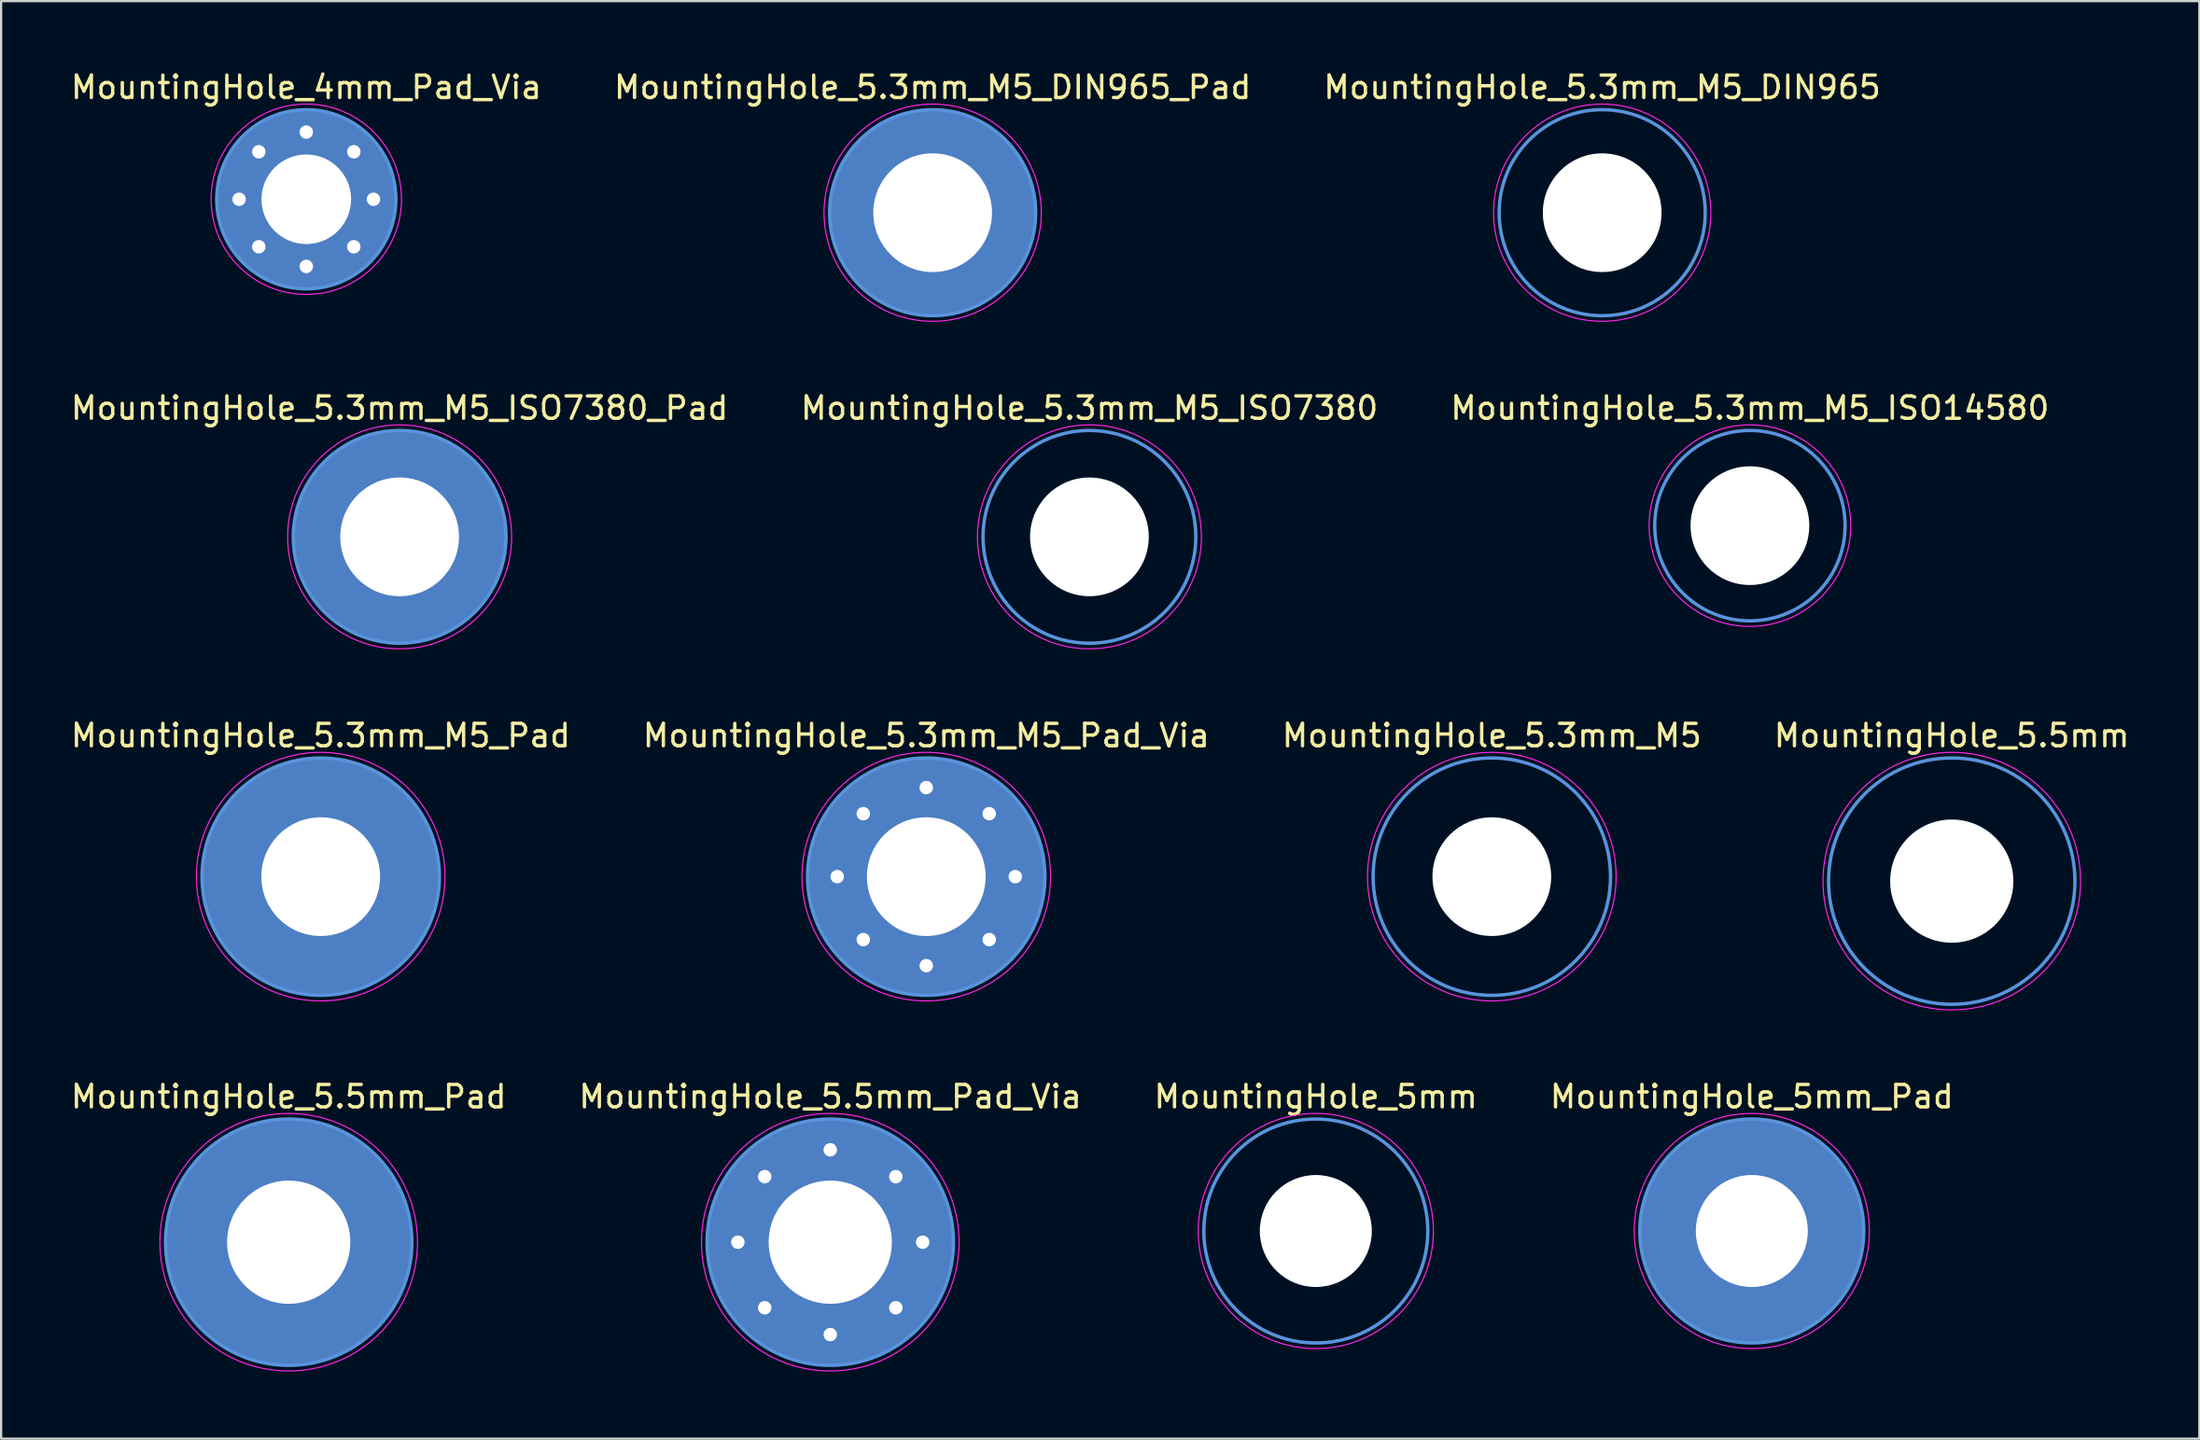
<source format=kicad_pcb>
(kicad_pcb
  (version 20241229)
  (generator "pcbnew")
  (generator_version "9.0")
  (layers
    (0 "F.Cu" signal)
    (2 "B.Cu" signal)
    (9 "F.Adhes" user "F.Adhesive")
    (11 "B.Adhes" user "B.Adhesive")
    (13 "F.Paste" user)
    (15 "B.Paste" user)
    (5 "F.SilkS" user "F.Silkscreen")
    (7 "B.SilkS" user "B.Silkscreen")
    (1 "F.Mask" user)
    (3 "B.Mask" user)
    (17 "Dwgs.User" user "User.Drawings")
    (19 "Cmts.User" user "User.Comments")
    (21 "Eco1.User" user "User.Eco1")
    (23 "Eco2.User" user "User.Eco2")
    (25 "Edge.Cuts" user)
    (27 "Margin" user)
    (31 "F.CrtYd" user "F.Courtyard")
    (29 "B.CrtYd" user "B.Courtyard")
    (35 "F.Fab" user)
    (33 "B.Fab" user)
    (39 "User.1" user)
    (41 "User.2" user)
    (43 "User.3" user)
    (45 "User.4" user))
  (footprint "MountingHole_5.3mm_M5_DIN965_Pad"
    (layer "F.Cu")
    (at 38.589 6.448)
    (property "Reference" "MountingHole_5.3mm_M5_DIN965_Pad" (at 0 -5.6 0) (layer "F.SilkS") (effects (font (size 1 1) (thickness 0.15))))
    (attr through_hole)
    (fp_circle (center 0 0) (end 4.6 0) (stroke (width 0.15) (type solid)) (fill no) (layer "Cmts.User"))
    (fp_circle (center 0 0) (end 4.85 0) (stroke (width 0.05) (type solid)) (fill no) (layer "F.CrtYd"))
    (pad "1" thru_hole circle (at 0 0) (size 9.2 9.2) (drill 5.3) (layers "*.Cu" "*.Mask")))
  (footprint "MountingHole_5.5mm_Pad_Via"
    (layer "F.Cu")
    (at 34.018 52.418)
    (property "Reference" "MountingHole_5.5mm_Pad_Via" (at 0 -6.5 0) (layer "F.SilkS") (effects (font (size 1 1) (thickness 0.15))))
    (attr through_hole)
    (fp_circle (center 0 0) (end 5.5 0) (stroke (width 0.15) (type solid)) (fill no) (layer "Cmts.User"))
    (fp_circle (center 0 0) (end 5.75 0) (stroke (width 0.05) (type solid)) (fill no) (layer "F.CrtYd"))
    (pad "" thru_hole circle (at -4.125 0) (size 0.7 0.7) (drill 0.6) (layers "*.Cu" "*.Mask"))
    (pad "" thru_hole circle (at -2.927 -2.927) (size 0.7 0.7) (drill 0.6) (layers "*.Cu" "*.Mask"))
    (pad "" thru_hole circle (at -2.927 2.927) (size 0.7 0.7) (drill 0.6) (layers "*.Cu" "*.Mask"))
    (pad "" thru_hole circle (at 0 -4.125) (size 0.7 0.7) (drill 0.6) (layers "*.Cu" "*.Mask"))
    (pad "" thru_hole circle (at 0 4.125) (size 0.7 0.7) (drill 0.6) (layers "*.Cu" "*.Mask"))
    (pad "" thru_hole circle (at 2.927 -2.927) (size 0.7 0.7) (drill 0.6) (layers "*.Cu" "*.Mask"))
    (pad "" thru_hole circle (at 2.927 2.927) (size 0.7 0.7) (drill 0.6) (layers "*.Cu" "*.Mask"))
    (pad "" thru_hole circle (at 4.125 0) (size 0.7 0.7) (drill 0.6) (layers "*.Cu" "*.Mask"))
    (pad "1" thru_hole circle (at 0 0) (size 11 11) (drill 5.5) (layers "*.Cu" "*.Mask")))
  (footprint "MountingHole_5.3mm_M5"
    (layer "F.Cu")
    (at 63.554 36.095)
    (property "Reference" "MountingHole_5.3mm_M5" (at 0 -6.3 0) (layer "F.SilkS") (effects (font (size 1 1) (thickness 0.15))))
    (attr through_hole)
    (fp_circle (center 0 0) (end 5.3 0) (stroke (width 0.15) (type solid)) (fill no) (layer "Cmts.User"))
    (fp_circle (center 0 0) (end 5.55 0) (stroke (width 0.05) (type solid)) (fill no) (layer "F.CrtYd"))
    (pad "" np_thru_hole circle (at 0 0) (size 5.3 5.3) (drill 5.3) (layers "*.Cu" "*.Mask")))
  (footprint "MountingHole_5.5mm"
    (layer "F.Cu")
    (at 84.089 36.295)
    (property "Reference" "MountingHole_5.5mm" (at 0 -6.5 0) (layer "F.SilkS") (effects (font (size 1 1) (thickness 0.15))))
    (attr through_hole)
    (fp_circle (center 0 0) (end 5.5 0) (stroke (width 0.15) (type solid)) (fill no) (layer "Cmts.User"))
    (fp_circle (center 0 0) (end 5.75 0) (stroke (width 0.05) (type solid)) (fill no) (layer "F.CrtYd"))
    (pad "" np_thru_hole circle (at 0 0) (size 5.5 5.5) (drill 5.5) (layers "*.Cu" "*.Mask")))
  (footprint "MountingHole_5.3mm_M5_Pad_Via"
    (layer "F.Cu")
    (at 38.304 36.095)
    (property "Reference" "MountingHole_5.3mm_M5_Pad_Via" (at 0 -6.3 0) (layer "F.SilkS") (effects (font (size 1 1) (thickness 0.15))))
    (attr through_hole)
    (fp_circle (center 0 0) (end 5.3 0) (stroke (width 0.15) (type solid)) (fill no) (layer "Cmts.User"))
    (fp_circle (center 0 0) (end 5.55 0) (stroke (width 0.05) (type solid)) (fill no) (layer "F.CrtYd"))
    (pad "" thru_hole circle (at -3.975 0) (size 0.7 0.7) (drill 0.6) (layers "*.Cu" "*.Mask"))
    (pad "" thru_hole circle (at -2.811 -2.811) (size 0.7 0.7) (drill 0.6) (layers "*.Cu" "*.Mask"))
    (pad "" thru_hole circle (at -2.811 2.811) (size 0.7 0.7) (drill 0.6) (layers "*.Cu" "*.Mask"))
    (pad "" thru_hole circle (at 0 -3.975) (size 0.7 0.7) (drill 0.6) (layers "*.Cu" "*.Mask"))
    (pad "" thru_hole circle (at 0 3.975) (size 0.7 0.7) (drill 0.6) (layers "*.Cu" "*.Mask"))
    (pad "" thru_hole circle (at 2.811 -2.811) (size 0.7 0.7) (drill 0.6) (layers "*.Cu" "*.Mask"))
    (pad "" thru_hole circle (at 2.811 2.811) (size 0.7 0.7) (drill 0.6) (layers "*.Cu" "*.Mask"))
    (pad "" thru_hole circle (at 3.975 0) (size 0.7 0.7) (drill 0.6) (layers "*.Cu" "*.Mask"))
    (pad "1" thru_hole circle (at 0 0) (size 10.6 10.6) (drill 5.3) (layers "*.Cu" "*.Mask")))
  (footprint "MountingHole_5.3mm_M5_ISO14580"
    (layer "F.Cu")
    (at 75.077 20.422)
    (property "Reference" "MountingHole_5.3mm_M5_ISO14580" (at 0 -5.25 0) (layer "F.SilkS") (effects (font (size 1 1) (thickness 0.15))))
    (attr through_hole)
    (fp_circle (center 0 0) (end 4.25 0) (stroke (width 0.15) (type solid)) (fill no) (layer "Cmts.User"))
    (fp_circle (center 0 0) (end 4.5 0) (stroke (width 0.05) (type solid)) (fill no) (layer "F.CrtYd"))
    (pad "" np_thru_hole circle (at 0 0) (size 5.3 5.3) (drill 5.3) (layers "*.Cu" "*.Mask")))
  (footprint "MountingHole_5mm_Pad"
    (layer "F.Cu")
    (at 75.161 51.918)
    (property "Reference" "MountingHole_5mm_Pad" (at 0 -6 0) (layer "F.SilkS") (effects (font (size 1 1) (thickness 0.15))))
    (attr through_hole)
    (fp_circle (center 0 0) (end 5 0) (stroke (width 0.15) (type solid)) (fill no) (layer "Cmts.User"))
    (fp_circle (center 0 0) (end 5.25 0) (stroke (width 0.05) (type solid)) (fill no) (layer "F.CrtYd"))
    (pad "1" thru_hole circle (at 0 0) (size 10 10) (drill 5) (layers "*.Cu" "*.Mask")))
  (footprint "MountingHole_5.3mm_M5_DIN965"
    (layer "F.Cu")
    (at 68.482 6.448)
    (property "Reference" "MountingHole_5.3mm_M5_DIN965" (at 0 -5.6 0) (layer "F.SilkS") (effects (font (size 1 1) (thickness 0.15))))
    (attr through_hole)
    (fp_circle (center 0 0) (end 4.6 0) (stroke (width 0.15) (type solid)) (fill no) (layer "Cmts.User"))
    (fp_circle (center 0 0) (end 4.85 0) (stroke (width 0.05) (type solid)) (fill no) (layer "F.CrtYd"))
    (pad "" np_thru_hole circle (at 0 0) (size 5.3 5.3) (drill 5.3) (layers "*.Cu" "*.Mask")))
  (footprint "MountingHole_5.3mm_M5_ISO7380_Pad"
    (layer "F.Cu")
    (at 14.792 20.922)
    (property "Reference" "MountingHole_5.3mm_M5_ISO7380_Pad" (at 0 -5.75 0) (layer "F.SilkS") (effects (font (size 1 1) (thickness 0.15))))
    (attr through_hole)
    (fp_circle (center 0 0) (end 4.75 0) (stroke (width 0.15) (type solid)) (fill no) (layer "Cmts.User"))
    (fp_circle (center 0 0) (end 5 0) (stroke (width 0.05) (type solid)) (fill no) (layer "F.CrtYd"))
    (pad "1" thru_hole circle (at 0 0) (size 9.5 9.5) (drill 5.3) (layers "*.Cu" "*.Mask")))
  (footprint "MountingHole_5.3mm_M5_ISO7380"
    (layer "F.Cu")
    (at 45.589 20.922)
    (property "Reference" "MountingHole_5.3mm_M5_ISO7380" (at 0 -5.75 0) (layer "F.SilkS") (effects (font (size 1 1) (thickness 0.15))))
    (attr through_hole)
    (fp_circle (center 0 0) (end 4.75 0) (stroke (width 0.15) (type solid)) (fill no) (layer "Cmts.User"))
    (fp_circle (center 0 0) (end 5 0) (stroke (width 0.05) (type solid)) (fill no) (layer "F.CrtYd"))
    (pad "" np_thru_hole circle (at 0 0) (size 5.3 5.3) (drill 5.3) (layers "*.Cu" "*.Mask")))
  (footprint "MountingHole_5.5mm_Pad"
    (layer "F.Cu")
    (at 9.839 52.418)
    (property "Reference" "MountingHole_5.5mm_Pad" (at 0 -6.5 0) (layer "F.SilkS") (effects (font (size 1 1) (thickness 0.15))))
    (attr through_hole)
    (fp_circle (center 0 0) (end 5.5 0) (stroke (width 0.15) (type solid)) (fill no) (layer "Cmts.User"))
    (fp_circle (center 0 0) (end 5.75 0) (stroke (width 0.05) (type solid)) (fill no) (layer "F.CrtYd"))
    (pad "1" thru_hole circle (at 0 0) (size 11 11) (drill 5.5) (layers "*.Cu" "*.Mask")))
  (footprint "MountingHole_5mm"
    (layer "F.Cu")
    (at 55.696 51.918)
    (property "Reference" "MountingHole_5mm" (at 0 -6 0) (layer "F.SilkS") (effects (font (size 1 1) (thickness 0.15))))
    (attr through_hole)
    (fp_circle (center 0 0) (end 5 0) (stroke (width 0.15) (type solid)) (fill no) (layer "Cmts.User"))
    (fp_circle (center 0 0) (end 5.25 0) (stroke (width 0.05) (type solid)) (fill no) (layer "F.CrtYd"))
    (pad "" np_thru_hole circle (at 0 0) (size 5 5) (drill 5) (layers "*.Cu" "*.Mask")))
  (footprint "MountingHole_5.3mm_M5_Pad"
    (layer "F.Cu")
    (at 11.268 36.095)
    (property "Reference" "MountingHole_5.3mm_M5_Pad" (at 0 -6.3 0) (layer "F.SilkS") (effects (font (size 1 1) (thickness 0.15))))
    (attr through_hole)
    (fp_circle (center 0 0) (end 5.3 0) (stroke (width 0.15) (type solid)) (fill no) (layer "Cmts.User"))
    (fp_circle (center 0 0) (end 5.55 0) (stroke (width 0.05) (type solid)) (fill no) (layer "F.CrtYd"))
    (pad "1" thru_hole circle (at 0 0) (size 10.6 10.6) (drill 5.3) (layers "*.Cu" "*.Mask")))
  (footprint "MountingHole_4mm_Pad_Via"
    (layer "F.Cu")
    (at 10.625 5.848)
    (property "Reference" "MountingHole_4mm_Pad_Via" (at 0 -5 0) (layer "F.SilkS") (effects (font (size 1 1) (thickness 0.15))))
    (attr through_hole)
    (fp_circle (center 0 0) (end 4 0) (stroke (width 0.15) (type solid)) (fill no) (layer "Cmts.User"))
    (fp_circle (center 0 0) (end 4.25 0) (stroke (width 0.05) (type solid)) (fill no) (layer "F.CrtYd"))
    (pad "" thru_hole circle (at -3 0) (size 0.7 0.7) (drill 0.6) (layers "*.Cu" "*.Mask"))
    (pad "" thru_hole circle (at -2.121 -2.121) (size 0.7 0.7) (drill 0.6) (layers "*.Cu" "*.Mask"))
    (pad "" thru_hole circle (at -2.121 2.121) (size 0.7 0.7) (drill 0.6) (layers "*.Cu" "*.Mask"))
    (pad "" thru_hole circle (at 0 -3) (size 0.7 0.7) (drill 0.6) (layers "*.Cu" "*.Mask"))
    (pad "" thru_hole circle (at 0 3) (size 0.7 0.7) (drill 0.6) (layers "*.Cu" "*.Mask"))
    (pad "" thru_hole circle (at 2.121 -2.121) (size 0.7 0.7) (drill 0.6) (layers "*.Cu" "*.Mask"))
    (pad "" thru_hole circle (at 2.121 2.121) (size 0.7 0.7) (drill 0.6) (layers "*.Cu" "*.Mask"))
    (pad "" thru_hole circle (at 3 0) (size 0.7 0.7) (drill 0.6) (layers "*.Cu" "*.Mask"))
    (pad "1" thru_hole circle (at 0 0) (size 8 8) (drill 4) (layers "*.Cu" "*.Mask")))
  (gr_rect
    (start -3 -3)
    (end 95.143 61.193)
    (stroke (width 0.1) (type default))
    (fill no)
    (layer "Edge.Cuts")))
</source>
